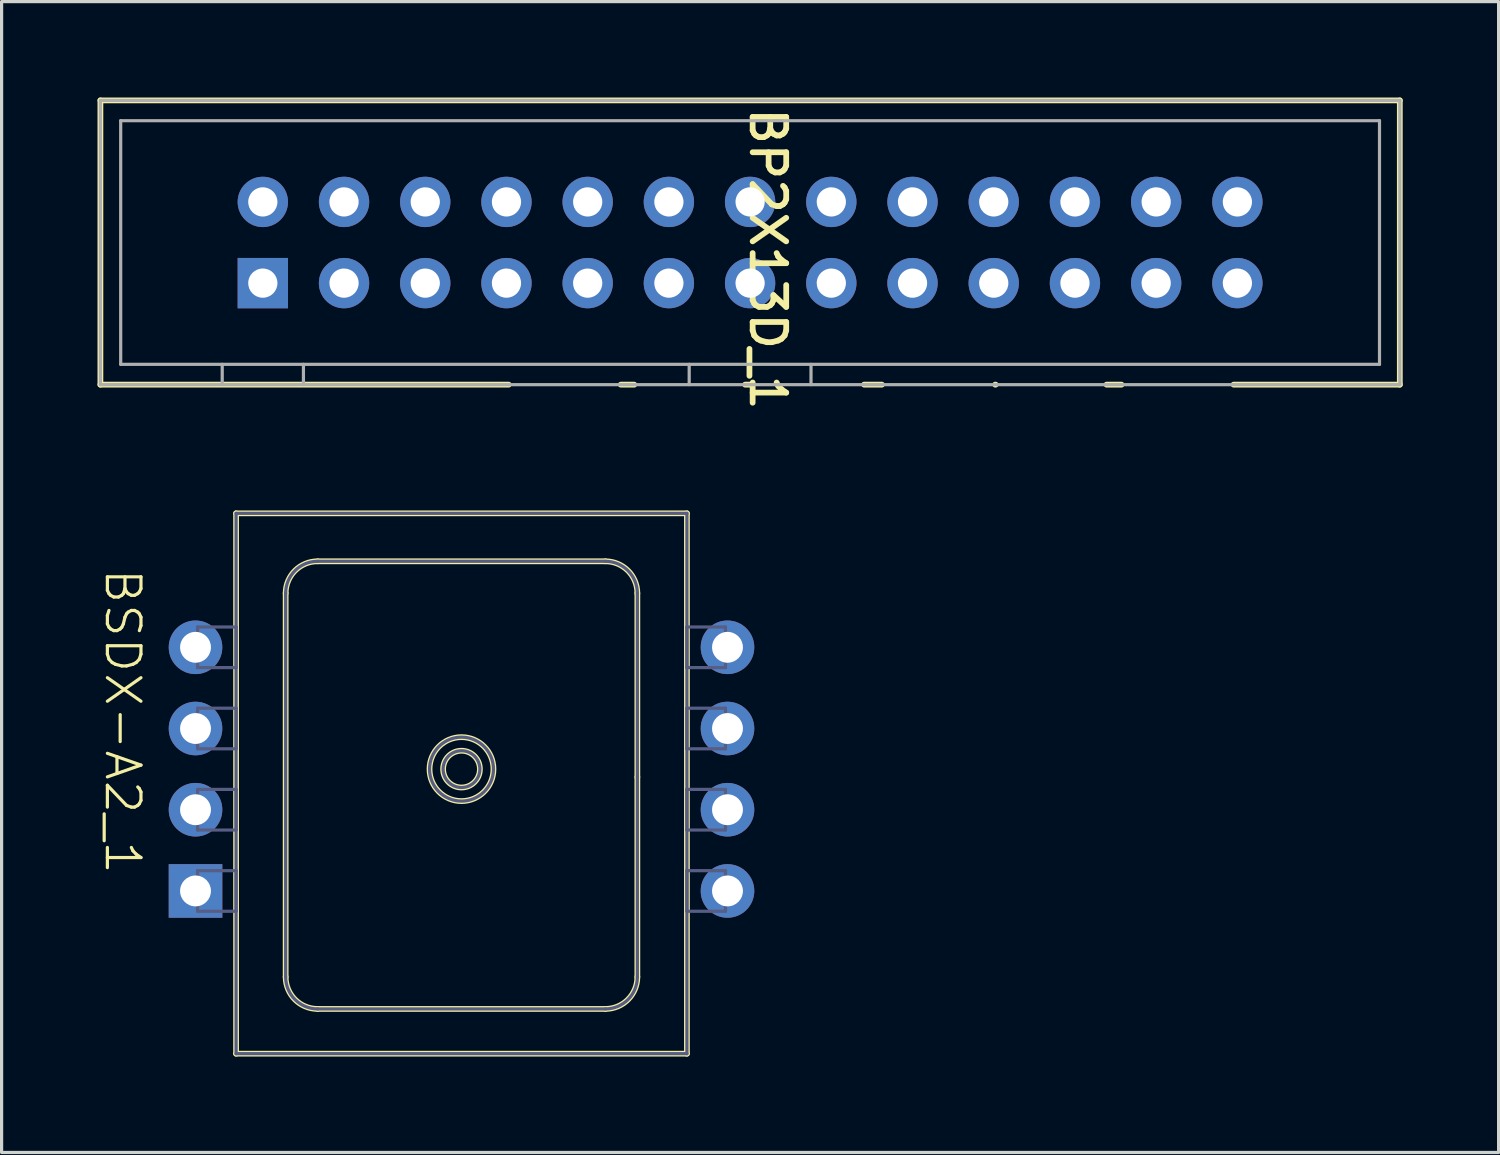
<source format=kicad_pcb>
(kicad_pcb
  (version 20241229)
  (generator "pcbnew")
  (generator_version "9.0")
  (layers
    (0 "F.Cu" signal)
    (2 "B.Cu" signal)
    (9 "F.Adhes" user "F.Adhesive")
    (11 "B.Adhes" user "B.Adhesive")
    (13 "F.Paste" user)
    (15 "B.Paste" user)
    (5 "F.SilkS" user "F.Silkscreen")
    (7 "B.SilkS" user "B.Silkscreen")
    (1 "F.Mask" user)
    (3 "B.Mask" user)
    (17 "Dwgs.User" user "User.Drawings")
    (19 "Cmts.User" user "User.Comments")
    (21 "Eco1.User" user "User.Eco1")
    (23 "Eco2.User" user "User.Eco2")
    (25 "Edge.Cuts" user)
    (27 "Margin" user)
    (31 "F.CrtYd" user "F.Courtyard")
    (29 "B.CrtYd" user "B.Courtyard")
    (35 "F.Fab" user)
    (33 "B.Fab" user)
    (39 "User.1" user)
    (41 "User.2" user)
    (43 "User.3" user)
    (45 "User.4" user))
  (footprint "BSDX-A2_1"
    (layer "F.Cu")
    (at 11.384 21.005)
    (property "Reference" "BSDX-A2_1" (at -10.595 -1.493 270) (unlocked yes) (layer "F.SilkS") (effects (font (size 1.05 1.104) (thickness 0.1))))
    (attr smd)
    (fp_line (start -7.05 -8) (end -7.05 8.9) (stroke (width 0.18) (type solid)) (layer "F.SilkS"))
    (fp_line (start -5.5 -5.5) (end -5.5 6.5) (stroke (width 0.18) (type solid)) (layer "F.SilkS"))
    (fp_line (start 4.5 -6.5) (end -4.5 -6.5) (stroke (width 0.18) (type solid)) (layer "F.SilkS"))
    (fp_line (start 4.5 7.5) (end -4.5 7.5) (stroke (width 0.18) (type solid)) (layer "F.SilkS"))
    (fp_line (start 5.5 -5.5) (end 5.5 0.25) (stroke (width 0.18) (type solid)) (layer "F.SilkS"))
    (fp_line (start 5.5 0.25) (end 5.5 6.5) (stroke (width 0.18) (type solid)) (layer "F.SilkS"))
    (fp_line (start 7.05 -8) (end -7.05 -8) (stroke (width 0.18) (type solid)) (layer "F.SilkS"))
    (fp_line (start 7.05 -8) (end 7.05 8.9) (stroke (width 0.18) (type solid)) (layer "F.SilkS"))
    (fp_line (start 7.05 8.9) (end -7.05 8.9) (stroke (width 0.18) (type solid)) (layer "F.SilkS"))
    (fp_arc (start -5.5 -5.5) (mid -5.207107 -6.207107) (end -4.5 -6.5) (stroke (width 0.18) (type solid)) (layer "F.SilkS"))
    (fp_arc (start -4.5 7.5) (mid -5.207107 7.207107) (end -5.5 6.5) (stroke (width 0.18) (type solid)) (layer "F.SilkS"))
    (fp_arc (start -1 0) (mid 1 0) (end -1 0) (stroke (width 0.18) (type solid)) (layer "F.SilkS"))
    (fp_arc (start -0.575 0) (mid 0.575 0) (end -0.575 0) (stroke (width 0.18) (type solid)) (layer "F.SilkS"))
    (fp_arc (start 4.5 -6.5) (mid 5.207107 -6.207107) (end 5.5 -5.5) (stroke (width 0.18) (type solid)) (layer "F.SilkS"))
    (fp_arc (start 5.5 6.5) (mid 5.207107 7.207107) (end 4.5 7.5) (stroke (width 0.18) (type solid)) (layer "F.SilkS"))
    (fp_line (start -8.255 -4.445) (end -8.255 -3.175) (stroke (width 0.1) (type solid)) (layer "B.Fab"))
    (fp_line (start -8.255 -1.905) (end -8.255 -0.635) (stroke (width 0.1) (type solid)) (layer "B.Fab"))
    (fp_line (start -8.255 0.635) (end -8.255 1.905) (stroke (width 0.1) (type solid)) (layer "B.Fab"))
    (fp_line (start -8.255 3.175) (end -8.255 4.445) (stroke (width 0.1) (type solid)) (layer "B.Fab"))
    (fp_line (start -7.05 -8) (end -7.05 8.9) (stroke (width 0.1) (type solid)) (layer "B.Fab"))
    (fp_line (start -7.05 -4.445) (end -8.255 -4.445) (stroke (width 0.1) (type solid)) (layer "B.Fab"))
    (fp_line (start -7.05 -4.445) (end -7.05 -3.175) (stroke (width 0.1) (type solid)) (layer "B.Fab"))
    (fp_line (start -7.05 -3.175) (end -8.255 -3.175) (stroke (width 0.1) (type solid)) (layer "B.Fab"))
    (fp_line (start -7.05 -1.905) (end -8.255 -1.905) (stroke (width 0.1) (type solid)) (layer "B.Fab"))
    (fp_line (start -7.05 -1.905) (end -7.05 -0.635) (stroke (width 0.1) (type solid)) (layer "B.Fab"))
    (fp_line (start -7.05 -0.635) (end -8.255 -0.635) (stroke (width 0.1) (type solid)) (layer "B.Fab"))
    (fp_line (start -7.05 0.635) (end -8.255 0.635) (stroke (width 0.1) (type solid)) (layer "B.Fab"))
    (fp_line (start -7.05 0.635) (end -7.05 1.905) (stroke (width 0.1) (type solid)) (layer "B.Fab"))
    (fp_line (start -7.05 1.905) (end -8.255 1.905) (stroke (width 0.1) (type solid)) (layer "B.Fab"))
    (fp_line (start -7.05 3.175) (end -8.255 3.175) (stroke (width 0.1) (type solid)) (layer "B.Fab"))
    (fp_line (start -7.05 3.175) (end -7.05 4.445) (stroke (width 0.1) (type solid)) (layer "B.Fab"))
    (fp_line (start -7.05 4.445) (end -8.255 4.445) (stroke (width 0.1) (type solid)) (layer "B.Fab"))
    (fp_line (start -5.5 -5.5) (end -5.5 6.5) (stroke (width 0.1) (type solid)) (layer "B.Fab"))
    (fp_line (start 4.5 -6.5) (end -4.5 -6.5) (stroke (width 0.1) (type solid)) (layer "B.Fab"))
    (fp_line (start 4.5 7.5) (end -4.5 7.5) (stroke (width 0.1) (type solid)) (layer "B.Fab"))
    (fp_line (start 5.5 -5.5) (end 5.5 0.25) (stroke (width 0.1) (type solid)) (layer "B.Fab"))
    (fp_line (start 5.5 0.25) (end 5.5 6.5) (stroke (width 0.1) (type solid)) (layer "B.Fab"))
    (fp_line (start 7.05 -8) (end -7.05 -8) (stroke (width 0.1) (type solid)) (layer "B.Fab"))
    (fp_line (start 7.05 -8) (end 7.05 8.9) (stroke (width 0.1) (type solid)) (layer "B.Fab"))
    (fp_line (start 7.05 -4.445) (end 7.05 -3.175) (stroke (width 0.1) (type solid)) (layer "B.Fab"))
    (fp_line (start 7.05 -1.905) (end 7.05 -0.635) (stroke (width 0.1) (type solid)) (layer "B.Fab"))
    (fp_line (start 7.05 0.635) (end 7.05 1.905) (stroke (width 0.1) (type solid)) (layer "B.Fab"))
    (fp_line (start 7.05 3.175) (end 7.05 4.445) (stroke (width 0.1) (type solid)) (layer "B.Fab"))
    (fp_line (start 7.05 8.9) (end -7.05 8.9) (stroke (width 0.1) (type solid)) (layer "B.Fab"))
    (fp_line (start 8.255 -4.445) (end 7.05 -4.445) (stroke (width 0.1) (type solid)) (layer "B.Fab"))
    (fp_line (start 8.255 -4.445) (end 8.255 -3.175) (stroke (width 0.1) (type solid)) (layer "B.Fab"))
    (fp_line (start 8.255 -3.175) (end 7.05 -3.175) (stroke (width 0.1) (type solid)) (layer "B.Fab"))
    (fp_line (start 8.255 -1.905) (end 7.05 -1.905) (stroke (width 0.1) (type solid)) (layer "B.Fab"))
    (fp_line (start 8.255 -1.905) (end 8.255 -0.635) (stroke (width 0.1) (type solid)) (layer "B.Fab"))
    (fp_line (start 8.255 -0.635) (end 7.05 -0.635) (stroke (width 0.1) (type solid)) (layer "B.Fab"))
    (fp_line (start 8.255 0.635) (end 7.05 0.635) (stroke (width 0.1) (type solid)) (layer "B.Fab"))
    (fp_line (start 8.255 0.635) (end 8.255 1.905) (stroke (width 0.1) (type solid)) (layer "B.Fab"))
    (fp_line (start 8.255 1.905) (end 7.05 1.905) (stroke (width 0.1) (type solid)) (layer "B.Fab"))
    (fp_line (start 8.255 3.175) (end 7.05 3.175) (stroke (width 0.1) (type solid)) (layer "B.Fab"))
    (fp_line (start 8.255 3.175) (end 8.255 4.445) (stroke (width 0.1) (type solid)) (layer "B.Fab"))
    (fp_line (start 8.255 4.445) (end 7.05 4.445) (stroke (width 0.1) (type solid)) (layer "B.Fab"))
    (fp_arc (start -5.5 -5.5) (mid -5.207107 -6.207107) (end -4.5 -6.5) (stroke (width 0.1) (type solid)) (layer "B.Fab"))
    (fp_arc (start -4.5 7.5) (mid -5.207107 7.207107) (end -5.5 6.5) (stroke (width 0.1) (type solid)) (layer "B.Fab"))
    (fp_arc (start -1 0) (mid 1 0) (end -1 0) (stroke (width 0.1) (type solid)) (layer "B.Fab"))
    (fp_arc (start -0.575 0) (mid 0.575 0) (end -0.575 0) (stroke (width 0.1) (type solid)) (layer "B.Fab"))
    (fp_arc (start 4.5 -6.5) (mid 5.207107 -6.207107) (end 5.5 -5.5) (stroke (width 0.1) (type solid)) (layer "B.Fab"))
    (fp_arc (start 5.5 6.5) (mid 5.207107 7.207107) (end 4.5 7.5) (stroke (width 0.1) (type solid)) (layer "B.Fab"))
    (pad "1" thru_hole rect (at -8.319 3.81 180) (size 1.676 1.676) (drill 0.965) (layers "*.Cu" "*.Mask"))
    (pad "2" thru_hole circle (at -8.319 1.27 180) (size 1.676 1.676) (drill 0.965) (layers "*.Cu" "*.Mask"))
    (pad "3" thru_hole circle (at -8.319 -1.27 180) (size 1.676 1.676) (drill 0.965) (layers "*.Cu" "*.Mask"))
    (pad "4" thru_hole circle (at -8.319 -3.81 180) (size 1.676 1.676) (drill 0.965) (layers "*.Cu" "*.Mask"))
    (pad "5" thru_hole circle (at 8.319 3.81 180) (size 1.676 1.676) (drill 0.965) (layers "*.Cu" "*.Mask"))
    (pad "6" thru_hole circle (at 8.319 1.27 180) (size 1.676 1.676) (drill 0.965) (layers "*.Cu" "*.Mask"))
    (pad "7" thru_hole circle (at 8.319 -1.27 180) (size 1.676 1.676) (drill 0.965) (layers "*.Cu" "*.Mask"))
    (pad "8" thru_hole circle (at 8.319 -3.81 180) (size 1.676 1.676) (drill 0.965) (layers "*.Cu" "*.Mask")))
  (footprint "BP2X13D_1"
    (layer "F.Cu")
    (at 5.17 5.805)
    (property "Reference" "BP2X13D_1" (at 15.796 -0.755 270) (unlocked yes) (layer "F.SilkS") (effects (font (size 1.05 1.104) (thickness 0.18))))
    (attr smd)
    (fp_line (start -5.08 -5.715) (end 35.56 -5.715) (stroke (width 0.18) (type solid)) (layer "F.SilkS"))
    (fp_line (start -5.08 3.175) (end -5.08 -5.715) (stroke (width 0.18) (type solid)) (layer "F.SilkS"))
    (fp_line (start -5.08 3.175) (end 7.691 3.175) (stroke (width 0.18) (type solid)) (layer "F.SilkS"))
    (fp_line (start 11.195 3.175) (end 11.617 3.175) (stroke (width 0.18) (type solid)) (layer "F.SilkS"))
    (fp_line (start 15.084 3.175) (end 15.3 3.175) (stroke (width 0.18) (type solid)) (layer "F.SilkS"))
    (fp_line (start 18.804 3.175) (end 19.364 3.175) (stroke (width 0.18) (type solid)) (layer "F.SilkS"))
    (fp_line (start 22.905 3.175) (end 22.92 3.175) (stroke (width 0.18) (type solid)) (layer "F.SilkS"))
    (fp_line (start 26.387 3.175) (end 26.857 3.175) (stroke (width 0.18) (type solid)) (layer "F.SilkS"))
    (fp_line (start 30.361 3.175) (end 35.56 3.175) (stroke (width 0.18) (type solid)) (layer "F.SilkS"))
    (fp_line (start 35.56 3.175) (end 35.56 -5.715) (stroke (width 0.18) (type solid)) (layer "F.SilkS"))
    (fp_line (start -5.08 -5.715) (end 35.56 -5.715) (stroke (width 0.1) (type solid)) (layer "F.Fab"))
    (fp_line (start -5.08 3.175) (end -5.08 -5.715) (stroke (width 0.1) (type solid)) (layer "F.Fab"))
    (fp_line (start -5.08 3.175) (end 35.56 3.175) (stroke (width 0.1) (type solid)) (layer "F.Fab"))
    (fp_line (start -4.445 -5.08) (end 34.925 -5.08) (stroke (width 0.1) (type solid)) (layer "F.Fab"))
    (fp_line (start -4.445 2.54) (end -4.445 -5.08) (stroke (width 0.1) (type solid)) (layer "F.Fab"))
    (fp_line (start -4.445 2.54) (end 34.925 2.54) (stroke (width 0.1) (type solid)) (layer "F.Fab"))
    (fp_line (start -1.27 3.175) (end -1.27 2.54) (stroke (width 0.1) (type solid)) (layer "F.Fab"))
    (fp_line (start 1.27 3.175) (end 1.27 2.54) (stroke (width 0.1) (type solid)) (layer "F.Fab"))
    (fp_line (start 13.335 3.175) (end 13.335 2.54) (stroke (width 0.1) (type solid)) (layer "F.Fab"))
    (fp_line (start 17.145 3.175) (end 17.145 2.54) (stroke (width 0.1) (type solid)) (layer "F.Fab"))
    (fp_line (start 34.925 2.54) (end 34.925 -5.08) (stroke (width 0.1) (type solid)) (layer "F.Fab"))
    (fp_line (start 35.56 3.175) (end 35.56 -5.715) (stroke (width 0.1) (type solid)) (layer "F.Fab"))
    (pad "1" thru_hole rect (at 0 0) (size 1.575 1.575) (drill 0.914) (layers "*.Cu" "*.Mask"))
    (pad "2" thru_hole circle (at 0 -2.54) (size 1.575 1.575) (drill 0.914) (layers "*.Cu" "*.Mask"))
    (pad "3" thru_hole circle (at 2.54 0) (size 1.575 1.575) (drill 0.914) (layers "*.Cu" "*.Mask"))
    (pad "4" thru_hole circle (at 2.54 -2.54) (size 1.575 1.575) (drill 0.914) (layers "*.Cu" "*.Mask"))
    (pad "5" thru_hole circle (at 5.08 0) (size 1.575 1.575) (drill 0.914) (layers "*.Cu" "*.Mask"))
    (pad "6" thru_hole circle (at 5.08 -2.54) (size 1.575 1.575) (drill 0.914) (layers "*.Cu" "*.Mask"))
    (pad "7" thru_hole circle (at 7.62 0) (size 1.575 1.575) (drill 0.914) (layers "*.Cu" "*.Mask"))
    (pad "8" thru_hole circle (at 7.62 -2.54) (size 1.575 1.575) (drill 0.914) (layers "*.Cu" "*.Mask"))
    (pad "9" thru_hole circle (at 10.16 0) (size 1.575 1.575) (drill 0.914) (layers "*.Cu" "*.Mask"))
    (pad "10" thru_hole circle (at 10.16 -2.54) (size 1.575 1.575) (drill 0.914) (layers "*.Cu" "*.Mask"))
    (pad "11" thru_hole circle (at 12.7 0) (size 1.575 1.575) (drill 0.914) (layers "*.Cu" "*.Mask"))
    (pad "12" thru_hole circle (at 12.7 -2.54) (size 1.575 1.575) (drill 0.914) (layers "*.Cu" "*.Mask"))
    (pad "13" thru_hole circle (at 15.24 0) (size 1.575 1.575) (drill 0.914) (layers "*.Cu" "*.Mask"))
    (pad "14" thru_hole circle (at 15.24 -2.54) (size 1.575 1.575) (drill 0.914) (layers "*.Cu" "*.Mask"))
    (pad "15" thru_hole circle (at 17.78 0) (size 1.575 1.575) (drill 0.914) (layers "*.Cu" "*.Mask"))
    (pad "16" thru_hole circle (at 17.78 -2.54) (size 1.575 1.575) (drill 0.914) (layers "*.Cu" "*.Mask"))
    (pad "17" thru_hole circle (at 20.32 0) (size 1.575 1.575) (drill 0.914) (layers "*.Cu" "*.Mask"))
    (pad "18" thru_hole circle (at 20.32 -2.54) (size 1.575 1.575) (drill 0.914) (layers "*.Cu" "*.Mask"))
    (pad "19" thru_hole circle (at 22.86 0) (size 1.575 1.575) (drill 0.914) (layers "*.Cu" "*.Mask"))
    (pad "20" thru_hole circle (at 22.86 -2.54) (size 1.575 1.575) (drill 0.914) (layers "*.Cu" "*.Mask"))
    (pad "21" thru_hole circle (at 25.4 0) (size 1.575 1.575) (drill 0.914) (layers "*.Cu" "*.Mask"))
    (pad "22" thru_hole circle (at 25.4 -2.54) (size 1.575 1.575) (drill 0.914) (layers "*.Cu" "*.Mask"))
    (pad "23" thru_hole circle (at 27.94 0) (size 1.575 1.575) (drill 0.914) (layers "*.Cu" "*.Mask"))
    (pad "24" thru_hole circle (at 27.94 -2.54) (size 1.575 1.575) (drill 0.914) (layers "*.Cu" "*.Mask"))
    (pad "25" thru_hole circle (at 30.48 0) (size 1.575 1.575) (drill 0.914) (layers "*.Cu" "*.Mask"))
    (pad "26" thru_hole circle (at 30.48 -2.54) (size 1.575 1.575) (drill 0.914) (layers "*.Cu" "*.Mask")))
  (gr_rect
    (start -3 -3)
    (end 43.82 32.995)
    (stroke (width 0.1) (type default))
    (fill no)
    (layer "Edge.Cuts")))
</source>
